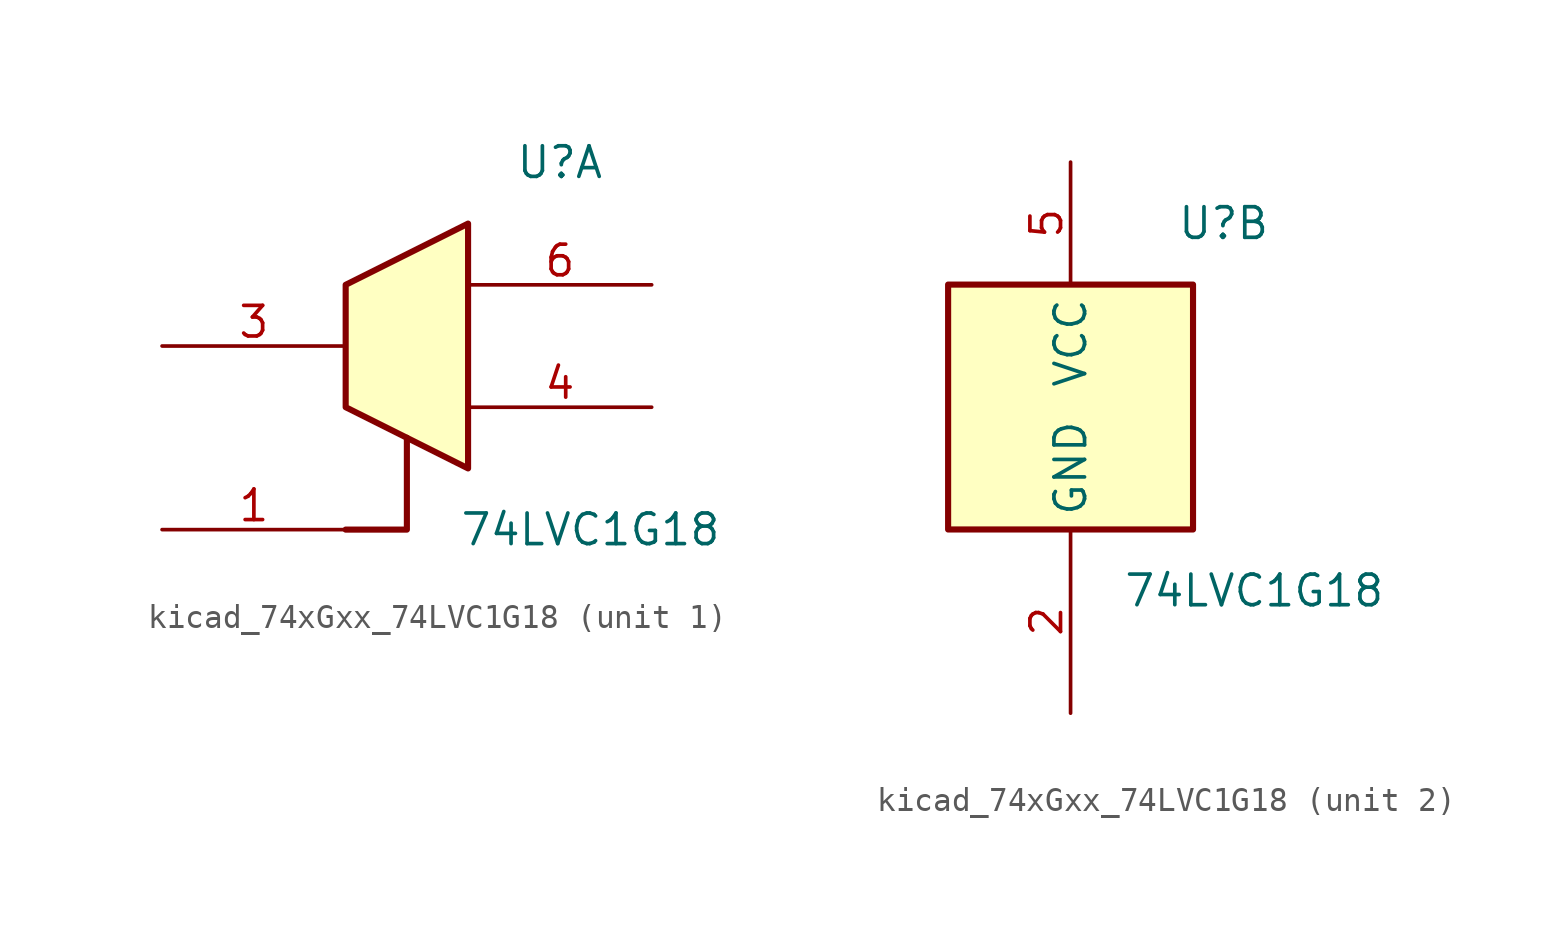
<source format=kicad_sym>
(kicad_symbol_lib
  (version 20220914)
  (generator kicad_symbol_editor)
  (symbol "kicad_74xGxx_74LVC1G18"
    (property "Reference" "U"
      (at 6.35 7.62 0)
      (effects (font (size 1.27 1.27))))
    (property "Value" "74LVC1G18"
      (at 7.62 -7.62 0)
      (effects (font (size 1.27 1.27))))
    (property "ki_locked" ""
      (at 0 0 0)
      (effects (font (size 1.27 1.27))))
    (symbol "kicad_74xGxx_74LVC1G18_1_1"
      (polyline (pts (xy -2.54 -7.62) (xy 0 -7.62) (xy 0 -3.81)) (stroke (width 0.254) (type default)) (fill (type none)))
      (polyline (pts (xy -2.54 2.54) (xy -2.54 -2.54) (xy 2.54 -5.08) (xy 2.54 -1.27) (xy 2.54 0) (xy 2.54 1.27) (xy 2.54 5.08) (xy -2.54 2.54)) (stroke (width 0.254) (type default)) (fill (type background)))
      (pin input line (at -10.16 -7.62 0) (length 7.62) (name "~" (effects (font (size 1.27 1.27)))) (number "1" (effects (font (size 1.27 1.27)))))
      (pin input line (at -10.16 0 0) (length 7.62) (name "~" (effects (font (size 1.27 1.27)))) (number "3" (effects (font (size 1.27 1.27)))))
      (pin tri_state line (at 10.16 -2.54 180) (length 7.62) (name "~" (effects (font (size 1.27 1.27)))) (number "4" (effects (font (size 1.27 1.27)))))
      (pin tri_state line (at 10.16 2.54 180) (length 7.62) (name "~" (effects (font (size 1.27 1.27)))) (number "6" (effects (font (size 1.27 1.27))))))
    (symbol "kicad_74xGxx_74LVC1G18_2_1"
      (rectangle (start -5.08 5.08) (end 5.08 -5.08) (stroke (width 0.254) (type default)) (fill (type background)))
      (pin power_in line (at 0 -12.7 90) (length 7.62) (name "GND" (effects (font (size 1.27 1.27)))) (number "2" (effects (font (size 1.27 1.27)))))
      (pin power_in line (at 0 10.16 270) (length 5.08) (name "VCC" (effects (font (size 1.27 1.27)))) (number "5" (effects (font (size 1.27 1.27))))))))
</source>
